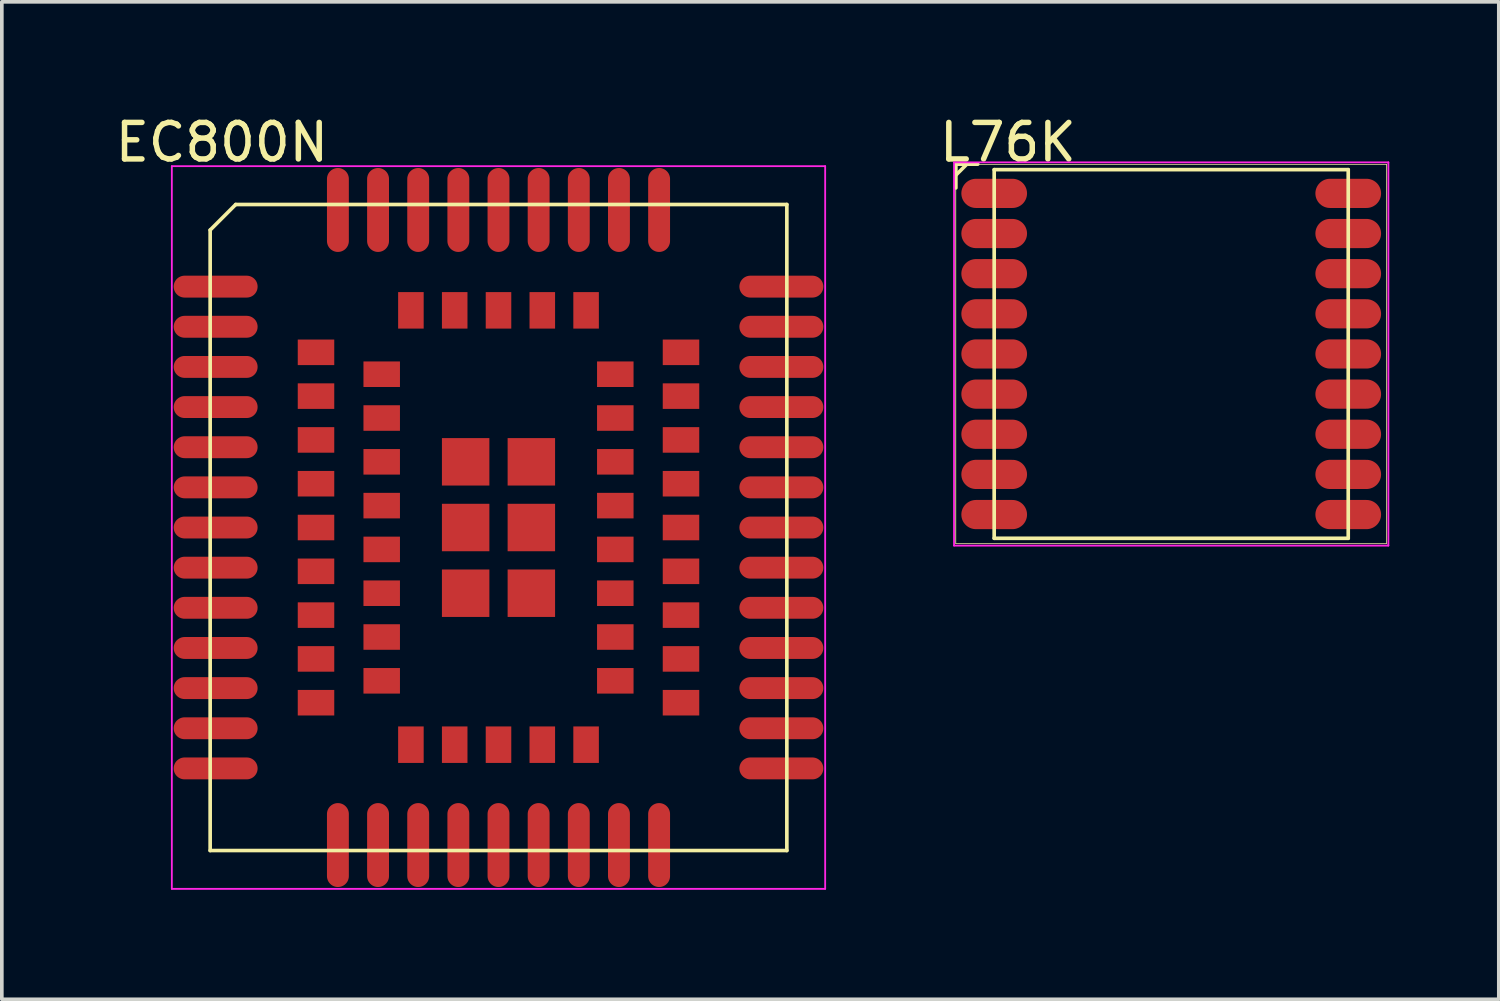
<source format=kicad_pcb>
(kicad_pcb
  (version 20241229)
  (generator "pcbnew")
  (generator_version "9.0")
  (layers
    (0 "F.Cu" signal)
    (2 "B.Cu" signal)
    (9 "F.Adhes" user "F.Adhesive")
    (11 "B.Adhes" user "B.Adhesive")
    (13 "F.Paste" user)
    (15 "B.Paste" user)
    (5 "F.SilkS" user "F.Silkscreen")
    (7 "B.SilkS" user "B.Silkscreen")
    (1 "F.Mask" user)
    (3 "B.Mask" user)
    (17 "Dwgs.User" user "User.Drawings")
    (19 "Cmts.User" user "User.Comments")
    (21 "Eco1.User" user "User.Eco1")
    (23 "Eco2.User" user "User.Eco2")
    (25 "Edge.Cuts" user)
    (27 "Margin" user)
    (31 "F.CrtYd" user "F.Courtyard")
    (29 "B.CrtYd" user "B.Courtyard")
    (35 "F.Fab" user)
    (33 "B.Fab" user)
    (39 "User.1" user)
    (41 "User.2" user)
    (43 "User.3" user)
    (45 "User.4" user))
  (footprint "EC800N"
    (layer "F.Cu")
    (at 10.608 11.403)
    (property "Reference" "EC800N" (at -7.579 -10.554 0) (layer "F.SilkS") (effects (font (size 1 1) (thickness 0.15))))
    (attr through_hole)
    (fp_line (start -7.9 -8.15) (end -7.2 -8.85) (stroke (width 0.1) (type solid)) (layer "F.SilkS"))
    (fp_line (start -7.9 8.85) (end -7.9 -8.15) (stroke (width 0.1) (type solid)) (layer "F.SilkS"))
    (fp_line (start -7.9 8.85) (end 7.9 8.85) (stroke (width 0.1) (type solid)) (layer "F.SilkS"))
    (fp_line (start -7.2 -8.85) (end 7.9 -8.85) (stroke (width 0.1) (type solid)) (layer "F.SilkS"))
    (fp_line (start 7.9 8.85) (end 7.9 -8.85) (stroke (width 0.1) (type solid)) (layer "F.SilkS"))
    (fp_line (start -8.95 -9.9) (end 8.95 -9.9) (stroke (width 0.05) (type solid)) (layer "F.CrtYd"))
    (fp_line (start -8.95 9.9) (end -8.95 -9.9) (stroke (width 0.05) (type solid)) (layer "F.CrtYd"))
    (fp_line (start 8.95 -9.9) (end 8.95 9.9) (stroke (width 0.05) (type solid)) (layer "F.CrtYd"))
    (fp_line (start 8.95 9.9) (end -8.95 9.9) (stroke (width 0.05) (type solid)) (layer "F.CrtYd"))
    (pad "1" smd oval (at -7.75 -6.6) (size 2.3 0.6) (layers "F.Cu" "F.Mask" "F.Paste"))
    (pad "2" smd oval (at -7.75 -5.5) (size 2.3 0.6) (layers "F.Cu" "F.Mask" "F.Paste"))
    (pad "3" smd oval (at -7.75 -4.4) (size 2.3 0.6) (layers "F.Cu" "F.Mask" "F.Paste"))
    (pad "4" smd oval (at -7.75 -3.3) (size 2.3 0.6) (layers "F.Cu" "F.Mask" "F.Paste"))
    (pad "5" smd oval (at -7.75 -2.2) (size 2.3 0.6) (layers "F.Cu" "F.Mask" "F.Paste"))
    (pad "6" smd oval (at -7.75 -1.1) (size 2.3 0.6) (layers "F.Cu" "F.Mask" "F.Paste"))
    (pad "7" smd oval (at -7.75 0) (size 2.3 0.6) (layers "F.Cu" "F.Mask" "F.Paste"))
    (pad "8" smd oval (at -7.75 1.1) (size 2.3 0.6) (layers "F.Cu" "F.Mask" "F.Paste"))
    (pad "9" smd oval (at -7.75 2.2) (size 2.3 0.6) (layers "F.Cu" "F.Mask" "F.Paste"))
    (pad "10" smd oval (at -7.75 3.3) (size 2.3 0.6) (layers "F.Cu" "F.Mask" "F.Paste"))
    (pad "11" smd oval (at -7.75 4.4) (size 2.3 0.6) (layers "F.Cu" "F.Mask" "F.Paste"))
    (pad "12" smd oval (at -7.75 5.5) (size 2.3 0.6) (layers "F.Cu" "F.Mask" "F.Paste"))
    (pad "13" smd oval (at -7.75 6.6) (size 2.3 0.6) (layers "F.Cu" "F.Mask" "F.Paste"))
    (pad "14" smd oval (at -4.4 8.7 90) (size 2.3 0.6) (layers "F.Cu" "F.Mask" "F.Paste"))
    (pad "15" smd oval (at -3.3 8.7 90) (size 2.3 0.6) (layers "F.Cu" "F.Mask" "F.Paste"))
    (pad "16" smd oval (at -2.2 8.7 90) (size 2.3 0.6) (layers "F.Cu" "F.Mask" "F.Paste"))
    (pad "17" smd oval (at -1.1 8.7 90) (size 2.3 0.6) (layers "F.Cu" "F.Mask" "F.Paste"))
    (pad "18" smd oval (at 0 8.7 90) (size 2.3 0.6) (layers "F.Cu" "F.Mask" "F.Paste"))
    (pad "19" smd oval (at 1.1 8.7 90) (size 2.3 0.6) (layers "F.Cu" "F.Mask" "F.Paste"))
    (pad "20" smd oval (at 2.2 8.7 90) (size 2.3 0.6) (layers "F.Cu" "F.Mask" "F.Paste"))
    (pad "21" smd oval (at 3.3 8.7 90) (size 2.3 0.6) (layers "F.Cu" "F.Mask" "F.Paste"))
    (pad "22" smd oval (at 4.4 8.7 90) (size 2.3 0.6) (layers "F.Cu" "F.Mask" "F.Paste"))
    (pad "23" smd oval (at 7.75 6.6) (size 2.3 0.6) (layers "F.Cu" "F.Mask" "F.Paste"))
    (pad "24" smd oval (at 7.75 5.5) (size 2.3 0.6) (layers "F.Cu" "F.Mask" "F.Paste"))
    (pad "25" smd oval (at 7.75 4.4) (size 2.3 0.6) (layers "F.Cu" "F.Mask" "F.Paste"))
    (pad "26" smd oval (at 7.75 3.3) (size 2.3 0.6) (layers "F.Cu" "F.Mask" "F.Paste"))
    (pad "27" smd oval (at 7.75 2.2) (size 2.3 0.6) (layers "F.Cu" "F.Mask" "F.Paste"))
    (pad "28" smd oval (at 7.75 1.1) (size 2.3 0.6) (layers "F.Cu" "F.Mask" "F.Paste"))
    (pad "29" smd oval (at 7.75 0) (size 2.3 0.6) (layers "F.Cu" "F.Mask" "F.Paste"))
    (pad "30" smd oval (at 7.75 -1.1) (size 2.3 0.6) (layers "F.Cu" "F.Mask" "F.Paste"))
    (pad "31" smd oval (at 7.75 -2.2) (size 2.3 0.6) (layers "F.Cu" "F.Mask" "F.Paste"))
    (pad "32" smd oval (at 7.75 -3.3) (size 2.3 0.6) (layers "F.Cu" "F.Mask" "F.Paste"))
    (pad "33" smd oval (at 7.75 -4.4) (size 2.3 0.6) (layers "F.Cu" "F.Mask" "F.Paste"))
    (pad "34" smd oval (at 7.75 -5.5) (size 2.3 0.6) (layers "F.Cu" "F.Mask" "F.Paste"))
    (pad "35" smd oval (at 7.75 -6.6) (size 2.3 0.6) (layers "F.Cu" "F.Mask" "F.Paste"))
    (pad "36" smd oval (at 4.4 -8.7 90) (size 2.3 0.6) (layers "F.Cu" "F.Mask" "F.Paste"))
    (pad "37" smd oval (at 3.3 -8.7 90) (size 2.3 0.6) (layers "F.Cu" "F.Mask" "F.Paste"))
    (pad "38" smd oval (at 2.2 -8.7 90) (size 2.3 0.6) (layers "F.Cu" "F.Mask" "F.Paste"))
    (pad "39" smd oval (at 1.1 -8.7 90) (size 2.3 0.6) (layers "F.Cu" "F.Mask" "F.Paste"))
    (pad "40" smd oval (at 0 -8.7 90) (size 2.3 0.6) (layers "F.Cu" "F.Mask" "F.Paste"))
    (pad "41" smd oval (at -1.1 -8.7 90) (size 2.3 0.6) (layers "F.Cu" "F.Mask" "F.Paste"))
    (pad "42" smd oval (at -2.2 -8.7 90) (size 2.3 0.6) (layers "F.Cu" "F.Mask" "F.Paste"))
    (pad "43" smd oval (at -3.3 -8.7 90) (size 2.3 0.6) (layers "F.Cu" "F.Mask" "F.Paste"))
    (pad "44" smd oval (at -4.4 -8.7 90) (size 2.3 0.6) (layers "F.Cu" "F.Mask" "F.Paste"))
    (pad "45" smd rect (at -5 -4.8) (size 1 0.7) (layers "F.Cu" "F.Mask" "F.Paste"))
    (pad "46" smd rect (at -5 -3.6) (size 1 0.7) (layers "F.Cu" "F.Mask" "F.Paste"))
    (pad "47" smd rect (at -5 -2.4) (size 1 0.7) (layers "F.Cu" "F.Mask" "F.Paste"))
    (pad "48" smd rect (at -5 -1.2) (size 1 0.7) (layers "F.Cu" "F.Mask" "F.Paste"))
    (pad "49" smd rect (at -5 0) (size 1 0.7) (layers "F.Cu" "F.Mask" "F.Paste"))
    (pad "50" smd rect (at -5 1.2) (size 1 0.7) (layers "F.Cu" "F.Mask" "F.Paste"))
    (pad "51" smd rect (at -5 2.4) (size 1 0.7) (layers "F.Cu" "F.Mask" "F.Paste"))
    (pad "52" smd rect (at -5 3.6) (size 1 0.7) (layers "F.Cu" "F.Mask" "F.Paste"))
    (pad "53" smd rect (at -5 4.8) (size 1 0.7) (layers "F.Cu" "F.Mask" "F.Paste"))
    (pad "54" smd rect (at -2.4 5.95 90) (size 1 0.7) (layers "F.Cu" "F.Mask" "F.Paste"))
    (pad "55" smd rect (at -1.2 5.95 90) (size 1 0.7) (layers "F.Cu" "F.Mask" "F.Paste"))
    (pad "56" smd rect (at 0 5.95 90) (size 1 0.7) (layers "F.Cu" "F.Mask" "F.Paste"))
    (pad "57" smd rect (at 1.2 5.95 90) (size 1 0.7) (layers "F.Cu" "F.Mask" "F.Paste"))
    (pad "58" smd rect (at 2.4 5.95 90) (size 1 0.7) (layers "F.Cu" "F.Mask" "F.Paste"))
    (pad "59" smd rect (at 5 4.8) (size 1 0.7) (layers "F.Cu" "F.Mask" "F.Paste"))
    (pad "60" smd rect (at 5 3.6) (size 1 0.7) (layers "F.Cu" "F.Mask" "F.Paste"))
    (pad "61" smd rect (at 5 2.4) (size 1 0.7) (layers "F.Cu" "F.Mask" "F.Paste"))
    (pad "62" smd rect (at 5 1.2) (size 1 0.7) (layers "F.Cu" "F.Mask" "F.Paste"))
    (pad "63" smd rect (at 5 0) (size 1 0.7) (layers "F.Cu" "F.Mask" "F.Paste"))
    (pad "64" smd rect (at 5 -1.2) (size 1 0.7) (layers "F.Cu" "F.Mask" "F.Paste"))
    (pad "65" smd rect (at 5 -2.4) (size 1 0.7) (layers "F.Cu" "F.Mask" "F.Paste"))
    (pad "66" smd rect (at 5 -3.6) (size 1 0.7) (layers "F.Cu" "F.Mask" "F.Paste"))
    (pad "67" smd rect (at 5 -4.8) (size 1 0.7) (layers "F.Cu" "F.Mask" "F.Paste"))
    (pad "68" smd rect (at 2.4 -5.95 90) (size 1 0.7) (layers "F.Cu" "F.Mask" "F.Paste"))
    (pad "69" smd rect (at 1.2 -5.95 90) (size 1 0.7) (layers "F.Cu" "F.Mask" "F.Paste"))
    (pad "70" smd rect (at 0 -5.95 90) (size 1 0.7) (layers "F.Cu" "F.Mask" "F.Paste"))
    (pad "71" smd rect (at -1.2 -5.95 90) (size 1 0.7) (layers "F.Cu" "F.Mask" "F.Paste"))
    (pad "72" smd rect (at -2.4 -5.95 90) (size 1 0.7) (layers "F.Cu" "F.Mask" "F.Paste"))
    (pad "73" smd rect (at -3.2 -4.2) (size 1 0.7) (layers "F.Cu" "F.Mask" "F.Paste"))
    (pad "74" smd rect (at -3.2 -3) (size 1 0.7) (layers "F.Cu" "F.Mask" "F.Paste"))
    (pad "75" smd rect (at -3.2 -1.8) (size 1 0.7) (layers "F.Cu" "F.Mask" "F.Paste"))
    (pad "76" smd rect (at -3.2 -0.6) (size 1 0.7) (layers "F.Cu" "F.Mask" "F.Paste"))
    (pad "77" smd rect (at -3.2 0.6) (size 1 0.7) (layers "F.Cu" "F.Mask" "F.Paste"))
    (pad "78" smd rect (at -3.2 1.8) (size 1 0.7) (layers "F.Cu" "F.Mask" "F.Paste"))
    (pad "79" smd rect (at -3.2 3) (size 1 0.7) (layers "F.Cu" "F.Mask" "F.Paste"))
    (pad "80" smd rect (at -3.2 4.2) (size 1 0.7) (layers "F.Cu" "F.Mask" "F.Paste"))
    (pad "81" smd rect (at 3.2 4.2) (size 1 0.7) (layers "F.Cu" "F.Mask" "F.Paste"))
    (pad "82" smd rect (at 3.2 3) (size 1 0.7) (layers "F.Cu" "F.Mask" "F.Paste"))
    (pad "83" smd rect (at 3.2 1.8) (size 1 0.7) (layers "F.Cu" "F.Mask" "F.Paste"))
    (pad "84" smd rect (at 3.2 0.6) (size 1 0.7) (layers "F.Cu" "F.Mask" "F.Paste"))
    (pad "85" smd rect (at 3.2 -0.6) (size 1 0.7) (layers "F.Cu" "F.Mask" "F.Paste"))
    (pad "86" smd rect (at 3.2 -1.8) (size 1 0.7) (layers "F.Cu" "F.Mask" "F.Paste"))
    (pad "87" smd rect (at 3.2 -3) (size 1 0.7) (layers "F.Cu" "F.Mask" "F.Paste"))
    (pad "88" smd rect (at 3.2 -4.2) (size 1 0.7) (layers "F.Cu" "F.Mask" "F.Paste"))
    (pad "89" smd rect (at -0.9 -1.8) (size 1.3 1.3) (layers "F.Cu" "F.Mask" "F.Paste"))
    (pad "90" smd rect (at -0.9 0) (size 1.3 1.3) (layers "F.Cu" "F.Mask" "F.Paste"))
    (pad "91" smd rect (at -0.9 1.8) (size 1.3 1.3) (layers "F.Cu" "F.Mask" "F.Paste"))
    (pad "92" smd rect (at 0.9 1.8) (size 1.3 1.3) (layers "F.Cu" "F.Mask" "F.Paste"))
    (pad "93" smd rect (at 0.9 0) (size 1.3 1.3) (layers "F.Cu" "F.Mask" "F.Paste"))
    (pad "94" smd rect (at 0.9 -1.8) (size 1.3 1.3) (layers "F.Cu" "F.Mask" "F.Paste")))
  (footprint "L76K"
    (layer "F.Cu")
    (at 29.039 6.648)
    (property "Reference" "L76K" (at -4.474 -5.799 0) (layer "F.SilkS") (effects (font (size 1 1) (thickness 0.15))))
    (attr through_hole)
    (fp_line (start -5.9 -5.2) (end -5.3 -5.2) (stroke (width 0.1) (type solid)) (layer "F.SilkS"))
    (fp_line (start -5.9 -5.2) (end 5.9 -5.2) (stroke (width 0.01) (type solid)) (layer "F.SilkS"))
    (fp_line (start -5.9 -5.2) (end 5.9 -5.2) (stroke (width 0.01) (type solid)) (layer "F.SilkS"))
    (fp_line (start -5.9 -5.2) (end 5.9 -5.2) (stroke (width 0.01) (type solid)) (layer "F.SilkS"))
    (fp_line (start -5.9 -4.9) (end -5.6 -5.2) (stroke (width 0.1) (type solid)) (layer "F.SilkS"))
    (fp_line (start -5.9 -4.55) (end -5.9 -5.2) (stroke (width 0.1) (type solid)) (layer "F.SilkS"))
    (fp_line (start -5.9 5.2) (end -5.9 -5.2) (stroke (width 0.01) (type solid)) (layer "F.SilkS"))
    (fp_line (start -5.9 5.2) (end -5.9 -5.2) (stroke (width 0.01) (type solid)) (layer "F.SilkS"))
    (fp_line (start -5.9 5.2) (end -5.9 -5.2) (stroke (width 0.01) (type solid)) (layer "F.SilkS"))
    (fp_line (start -5.9 5.2) (end 5.9 5.2) (stroke (width 0.01) (type solid)) (layer "F.SilkS"))
    (fp_line (start -5.9 5.2) (end 5.9 5.2) (stroke (width 0.01) (type solid)) (layer "F.SilkS"))
    (fp_line (start -5.9 5.2) (end 5.9 5.2) (stroke (width 0.01) (type solid)) (layer "F.SilkS"))
    (fp_line (start -4.85 -5.05) (end 4.85 -5.05) (stroke (width 0.1) (type solid)) (layer "F.SilkS"))
    (fp_line (start -4.85 5.05) (end -4.85 -5.05) (stroke (width 0.1) (type solid)) (layer "F.SilkS"))
    (fp_line (start -4.85 5.05) (end 4.85 5.05) (stroke (width 0.1) (type solid)) (layer "F.SilkS"))
    (fp_line (start 4.85 5.05) (end 4.85 -5.05) (stroke (width 0.1) (type solid)) (layer "F.SilkS"))
    (fp_line (start 5.9 5.2) (end 5.9 -5.2) (stroke (width 0.01) (type solid)) (layer "F.SilkS"))
    (fp_line (start 5.9 5.2) (end 5.9 -5.2) (stroke (width 0.01) (type solid)) (layer "F.SilkS"))
    (fp_line (start 5.9 5.2) (end 5.9 -5.2) (stroke (width 0.01) (type solid)) (layer "F.SilkS"))
    (fp_line (start -5.95 -5.25) (end 5.95 -5.25) (stroke (width 0.05) (type solid)) (layer "F.CrtYd"))
    (fp_line (start -5.95 5.25) (end -5.95 -5.25) (stroke (width 0.05) (type solid)) (layer "F.CrtYd"))
    (fp_line (start 5.95 -5.25) (end 5.95 5.25) (stroke (width 0.05) (type solid)) (layer "F.CrtYd"))
    (fp_line (start 5.95 5.25) (end -5.95 5.25) (stroke (width 0.05) (type solid)) (layer "F.CrtYd"))
    (pad "1" smd oval (at -4.85 -4.4) (size 1.8 0.8) (layers "F.Cu" "F.Mask" "F.Paste"))
    (pad "2" smd oval (at -4.85 -3.3) (size 1.8 0.8) (layers "F.Cu" "F.Mask" "F.Paste"))
    (pad "3" smd oval (at -4.85 -2.2) (size 1.8 0.8) (layers "F.Cu" "F.Mask" "F.Paste"))
    (pad "4" smd oval (at -4.85 -1.1) (size 1.8 0.8) (layers "F.Cu" "F.Mask" "F.Paste"))
    (pad "5" smd oval (at -4.85 0) (size 1.8 0.8) (layers "F.Cu" "F.Mask" "F.Paste"))
    (pad "6" smd oval (at -4.85 1.1) (size 1.8 0.8) (layers "F.Cu" "F.Mask" "F.Paste"))
    (pad "7" smd oval (at -4.85 2.2) (size 1.8 0.8) (layers "F.Cu" "F.Mask" "F.Paste"))
    (pad "8" smd oval (at -4.85 3.3) (size 1.8 0.8) (layers "F.Cu" "F.Mask" "F.Paste"))
    (pad "9" smd oval (at -4.85 4.4) (size 1.8 0.8) (layers "F.Cu" "F.Mask" "F.Paste"))
    (pad "10" smd oval (at 4.85 4.4) (size 1.8 0.8) (layers "F.Cu" "F.Mask" "F.Paste"))
    (pad "11" smd oval (at 4.85 3.3) (size 1.8 0.8) (layers "F.Cu" "F.Mask" "F.Paste"))
    (pad "12" smd oval (at 4.85 2.2) (size 1.8 0.8) (layers "F.Cu" "F.Mask" "F.Paste"))
    (pad "13" smd oval (at 4.85 1.1) (size 1.8 0.8) (layers "F.Cu" "F.Mask" "F.Paste"))
    (pad "14" smd oval (at 4.85 0) (size 1.8 0.8) (layers "F.Cu" "F.Mask" "F.Paste"))
    (pad "15" smd oval (at 4.85 -1.1) (size 1.8 0.8) (layers "F.Cu" "F.Mask" "F.Paste"))
    (pad "16" smd oval (at 4.85 -2.2) (size 1.8 0.8) (layers "F.Cu" "F.Mask" "F.Paste"))
    (pad "17" smd oval (at 4.85 -3.3) (size 1.8 0.8) (layers "F.Cu" "F.Mask" "F.Paste"))
    (pad "18" smd oval (at 4.85 -4.4) (size 1.8 0.8) (layers "F.Cu" "F.Mask" "F.Paste")))
  (gr_rect
    (start -3 -3)
    (end 38.014 24.328)
    (stroke (width 0.1) (type default))
    (fill no)
    (layer "Edge.Cuts")))
</source>
